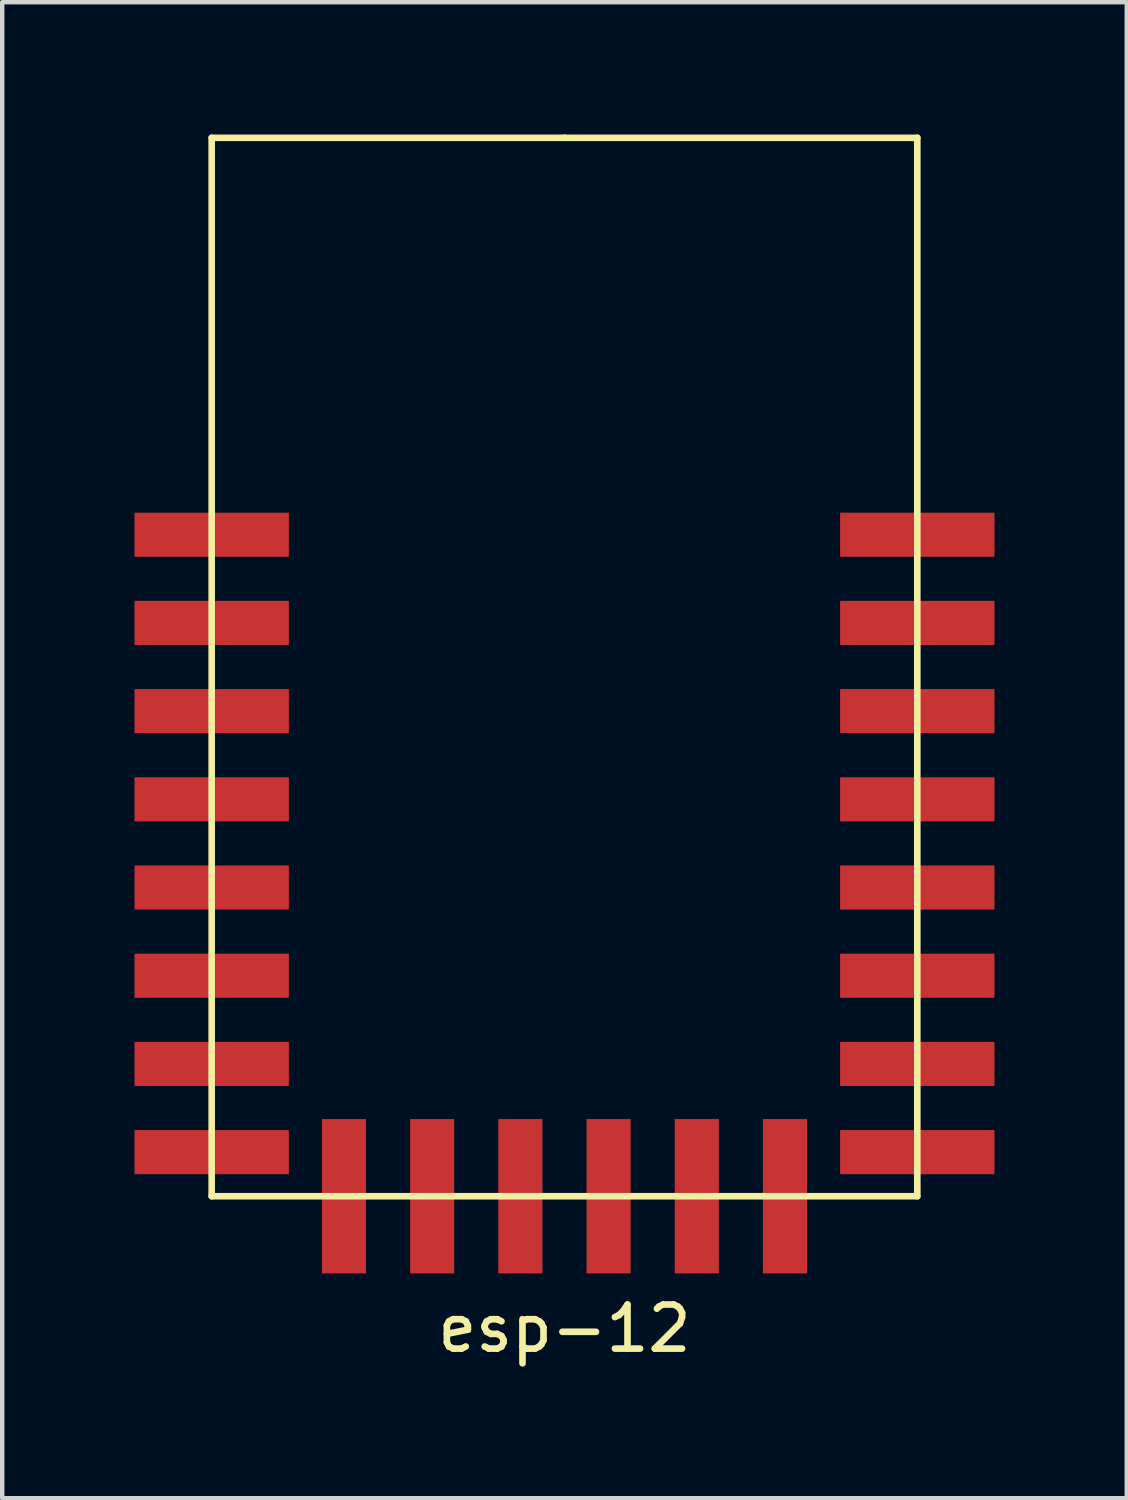
<source format=kicad_pcb>
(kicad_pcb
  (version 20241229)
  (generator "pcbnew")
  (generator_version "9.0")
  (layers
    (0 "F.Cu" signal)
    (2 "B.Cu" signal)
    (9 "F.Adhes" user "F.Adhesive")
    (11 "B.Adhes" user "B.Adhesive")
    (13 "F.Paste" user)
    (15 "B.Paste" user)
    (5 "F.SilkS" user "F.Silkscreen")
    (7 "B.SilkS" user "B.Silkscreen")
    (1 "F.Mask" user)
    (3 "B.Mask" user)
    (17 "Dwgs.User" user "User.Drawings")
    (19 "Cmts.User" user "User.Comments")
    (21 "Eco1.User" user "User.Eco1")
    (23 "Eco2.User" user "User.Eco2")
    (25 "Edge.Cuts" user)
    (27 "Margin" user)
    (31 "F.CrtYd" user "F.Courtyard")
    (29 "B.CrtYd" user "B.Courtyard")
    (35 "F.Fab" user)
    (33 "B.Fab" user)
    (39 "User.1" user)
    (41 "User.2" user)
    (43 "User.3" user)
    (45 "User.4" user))
  (footprint "esp-12"
    (layer "F.Cu")
    (at 9.75 16.075)
    (property "Reference" "esp-12" (at 0 11 0) (layer "F.SilkS") (effects (font (size 1 1) (thickness 0.15))))
    (attr through_hole)
    (fp_line (start -8 -16) (end 0 -16) (stroke (width 0.15) (type solid)) (layer "F.SilkS"))
    (fp_line (start -8 8) (end -8 -16) (stroke (width 0.15) (type solid)) (layer "F.SilkS"))
    (fp_line (start 0 -16) (end 8 -16) (stroke (width 0.15) (type solid)) (layer "F.SilkS"))
    (fp_line (start 8 -16) (end 8 8) (stroke (width 0.15) (type solid)) (layer "F.SilkS"))
    (fp_line (start 8 8) (end -8 8) (stroke (width 0.15) (type solid)) (layer "F.SilkS"))
    (pad "1" smd rect (at 8 -7) (size 3.5 1) (layers "F.Cu" "F.Mask" "F.Paste"))
    (pad "2" smd rect (at 8 -5) (size 3.5 1) (layers "F.Cu" "F.Mask" "F.Paste"))
    (pad "3" smd rect (at 8 -3) (size 3.5 1) (layers "F.Cu" "F.Mask" "F.Paste"))
    (pad "4" smd rect (at 8 -1) (size 3.5 1) (layers "F.Cu" "F.Mask" "F.Paste"))
    (pad "5" smd rect (at 8 1) (size 3.5 1) (layers "F.Cu" "F.Mask" "F.Paste"))
    (pad "6" smd rect (at 8 3) (size 3.5 1) (layers "F.Cu" "F.Mask" "F.Paste"))
    (pad "7" smd rect (at 8 5) (size 3.5 1) (layers "F.Cu" "F.Mask" "F.Paste"))
    (pad "8" smd rect (at 8 7) (size 3.5 1) (layers "F.Cu" "F.Mask" "F.Paste"))
    (pad "9" smd rect (at 5 8 90) (size 3.5 1) (layers "F.Cu" "F.Mask" "F.Paste"))
    (pad "10" smd rect (at 3 8 270) (size 3.5 1) (layers "F.Cu" "F.Mask" "F.Paste"))
    (pad "11" smd rect (at 1 8 270) (size 3.5 1) (layers "F.Cu" "F.Mask" "F.Paste"))
    (pad "12" smd rect (at -1 8 270) (size 3.5 1) (layers "F.Cu" "F.Mask" "F.Paste"))
    (pad "13" smd rect (at -3 8 270) (size 3.5 1) (layers "F.Cu" "F.Mask" "F.Paste"))
    (pad "14" smd rect (at -5 8 270) (size 3.5 1) (layers "F.Cu" "F.Mask" "F.Paste"))
    (pad "15" smd rect (at -8 7) (size 3.5 1) (layers "F.Cu" "F.Mask" "F.Paste"))
    (pad "16" smd rect (at -8 5) (size 3.5 1) (layers "F.Cu" "F.Mask" "F.Paste"))
    (pad "17" smd rect (at -8 3) (size 3.5 1) (layers "F.Cu" "F.Mask" "F.Paste"))
    (pad "18" smd rect (at -8 1) (size 3.5 1) (layers "F.Cu" "F.Mask" "F.Paste"))
    (pad "19" smd rect (at -8 -1) (size 3.5 1) (layers "F.Cu" "F.Mask" "F.Paste"))
    (pad "20" smd rect (at -8 -3) (size 3.5 1) (layers "F.Cu" "F.Mask" "F.Paste"))
    (pad "21" smd rect (at -8 -5) (size 3.5 1) (layers "F.Cu" "F.Mask" "F.Paste"))
    (pad "22" smd rect (at -8 -7) (size 3.5 1) (layers "F.Cu" "F.Mask" "F.Paste")))
  (gr_rect
    (start -3 -3)
    (end 22.5 30.923)
    (stroke (width 0.1) (type default))
    (fill no)
    (layer "Edge.Cuts")))
</source>
